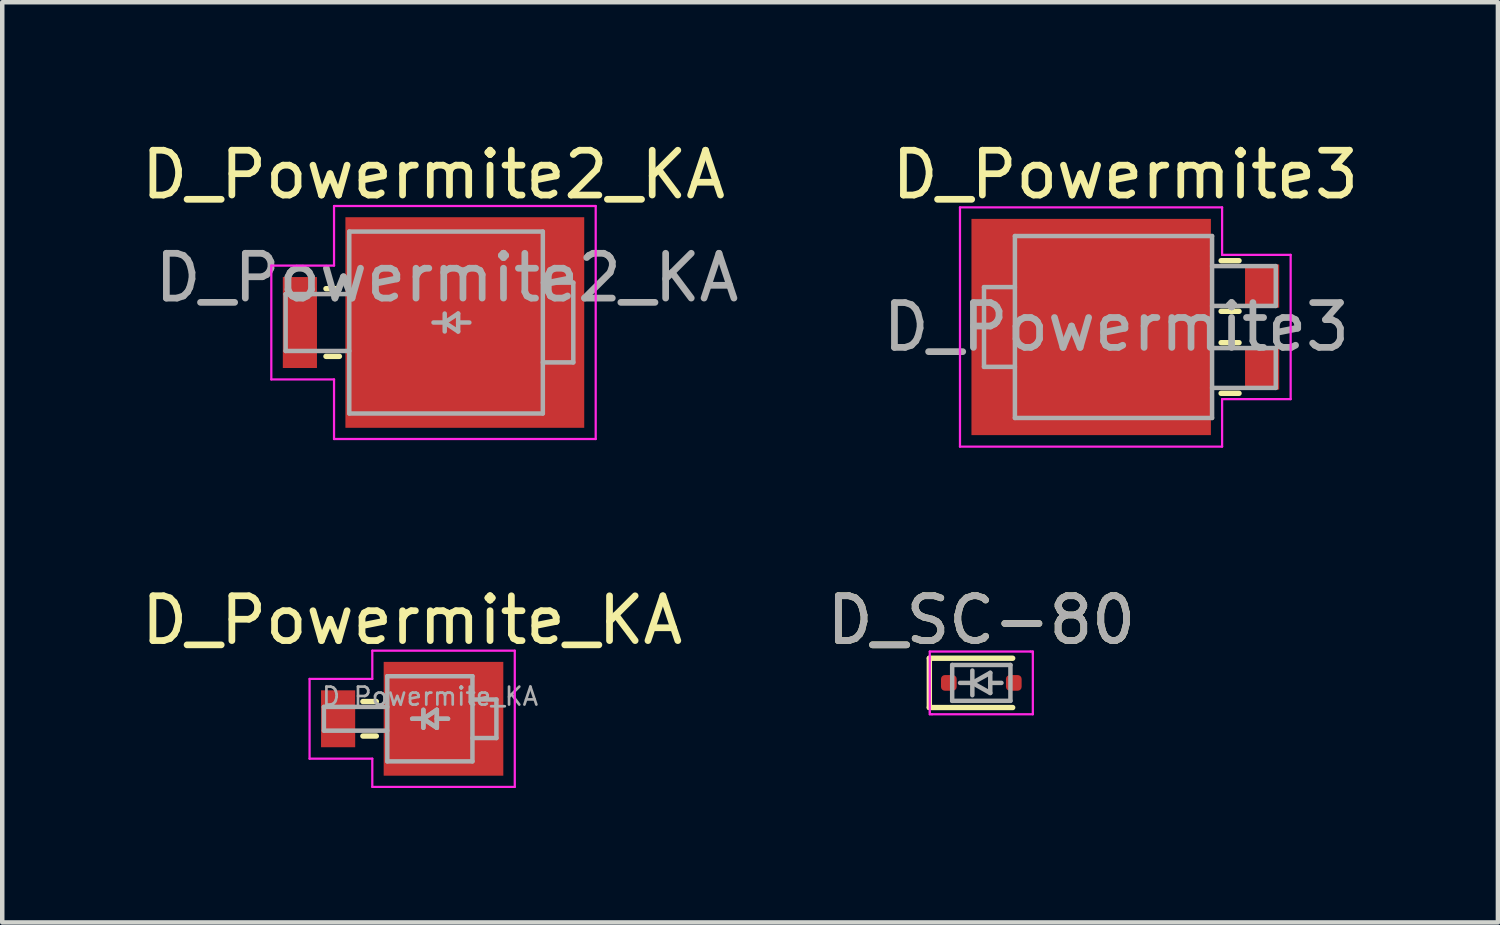
<source format=kicad_pcb>
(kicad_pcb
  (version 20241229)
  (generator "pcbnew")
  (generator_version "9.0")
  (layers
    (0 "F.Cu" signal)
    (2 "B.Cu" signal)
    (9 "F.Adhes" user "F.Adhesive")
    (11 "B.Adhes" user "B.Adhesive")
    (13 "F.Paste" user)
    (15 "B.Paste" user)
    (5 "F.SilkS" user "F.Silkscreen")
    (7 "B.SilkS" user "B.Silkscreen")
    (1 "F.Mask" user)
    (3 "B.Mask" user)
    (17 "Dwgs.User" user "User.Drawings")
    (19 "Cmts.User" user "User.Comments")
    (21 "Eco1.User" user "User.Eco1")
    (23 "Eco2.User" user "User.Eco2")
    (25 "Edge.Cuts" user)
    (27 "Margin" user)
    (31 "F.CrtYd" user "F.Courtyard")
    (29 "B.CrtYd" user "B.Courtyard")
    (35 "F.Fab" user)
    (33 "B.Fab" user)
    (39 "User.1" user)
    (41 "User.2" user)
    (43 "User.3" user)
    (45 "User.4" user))
  (footprint "D_Powermite3"
    (layer "F.Cu")
    (at 22.065 4.248)
    (property "Reference" "D_Powermite3" (at 0 -3.4 0) (layer "F.SilkS") (effects (font (size 1 1) (thickness 0.15))))
    (attr smd)
    (fp_line (start 2.538 -1.48) (end 2.138 -1.48) (stroke (width 0.12) (type solid)) (layer "F.SilkS"))
    (fp_line (start 2.538 -0.35) (end 2.138 -0.35) (stroke (width 0.12) (type solid)) (layer "F.SilkS"))
    (fp_line (start 2.538 0.35) (end 2.138 0.35) (stroke (width 0.12) (type solid)) (layer "F.SilkS"))
    (fp_line (start 2.538 1.48) (end 2.138 1.48) (stroke (width 0.12) (type solid)) (layer "F.SilkS"))
    (fp_line (start -3.69 -2.67) (end -3.69 2.67) (stroke (width 0.05) (type solid)) (layer "F.CrtYd"))
    (fp_line (start -3.69 2.67) (end 2.16 2.67) (stroke (width 0.05) (type solid)) (layer "F.CrtYd"))
    (fp_line (start 2.16 -2.67) (end -3.69 -2.67) (stroke (width 0.05) (type solid)) (layer "F.CrtYd"))
    (fp_line (start 2.16 -1.61) (end 2.16 -2.67) (stroke (width 0.05) (type solid)) (layer "F.CrtYd"))
    (fp_line (start 2.16 1.61) (end 3.69 1.61) (stroke (width 0.05) (type solid)) (layer "F.CrtYd"))
    (fp_line (start 2.16 2.67) (end 2.16 1.61) (stroke (width 0.05) (type solid)) (layer "F.CrtYd"))
    (fp_line (start 3.69 -1.61) (end 2.16 -1.61) (stroke (width 0.05) (type solid)) (layer "F.CrtYd"))
    (fp_line (start 3.69 1.61) (end 3.69 -1.61) (stroke (width 0.05) (type solid)) (layer "F.CrtYd"))
    (fp_line (start -3.154 -0.89) (end -2.464 -0.89) (stroke (width 0.1) (type solid)) (layer "F.Fab"))
    (fp_line (start -3.154 0.89) (end -3.154 -0.89) (stroke (width 0.1) (type solid)) (layer "F.Fab"))
    (fp_line (start -2.464 -2.03) (end -2.464 2.03) (stroke (width 0.1) (type solid)) (layer "F.Fab"))
    (fp_line (start -2.464 0.89) (end -3.154 0.89) (stroke (width 0.1) (type solid)) (layer "F.Fab"))
    (fp_line (start -2.464 2.03) (end 1.936 2.03) (stroke (width 0.1) (type solid)) (layer "F.Fab"))
    (fp_line (start 1.936 -2.03) (end -2.464 -2.03) (stroke (width 0.1) (type solid)) (layer "F.Fab"))
    (fp_line (start 1.936 2.03) (end 1.936 -2.03) (stroke (width 0.1) (type solid)) (layer "F.Fab"))
    (fp_line (start 3.358 -1.359) (end 1.936 -1.359) (stroke (width 0.1) (type solid)) (layer "F.Fab"))
    (fp_line (start 3.358 -0.47) (end 1.936 -0.47) (stroke (width 0.1) (type solid)) (layer "F.Fab"))
    (fp_line (start 3.358 -0.47) (end 3.358 -1.359) (stroke (width 0.1) (type solid)) (layer "F.Fab"))
    (fp_line (start 3.358 0.47) (end 1.936 0.47) (stroke (width 0.1) (type solid)) (layer "F.Fab"))
    (fp_line (start 3.358 1.359) (end 1.936 1.359) (stroke (width 0.1) (type solid)) (layer "F.Fab"))
    (fp_line (start 3.358 1.359) (end 3.358 0.47) (stroke (width 0.1) (type solid)) (layer "F.Fab"))
    (fp_text user "${REFERENCE}" (at -0.2 0 0) (layer "F.Fab") (effects (font (size 1 1) (thickness 0.15))))
    (pad "1" smd rect (at -0.762 0 180) (size 5.344 4.826) (layers "F.Cu" "F.Mask" "F.Paste"))
    (pad "2" smd rect (at 3.053 -0.914 180) (size 0.762 0.965) (layers "F.Cu" "F.Mask" "F.Paste"))
    (pad "3" smd rect (at 3.053 0.914 180) (size 0.762 0.965) (layers "F.Cu" "F.Mask" "F.Paste")))
  (footprint "D_Powermite_KA"
    (layer "F.Cu")
    (at 6.149 12.992)
    (property "Reference" "D_Powermite_KA" (at 0 -2.2 0) (layer "F.SilkS") (effects (font (size 1 1) (thickness 0.15))))
    (attr smd)
    (fp_line (start -1.1 -0.385) (end -0.8 -0.385) (stroke (width 0.12) (type solid)) (layer "F.SilkS"))
    (fp_line (start -1.1 0.385) (end -0.8 0.385) (stroke (width 0.12) (type solid)) (layer "F.SilkS"))
    (fp_line (start -2.29 -0.89) (end -2.29 0.89) (stroke (width 0.05) (type solid)) (layer "F.CrtYd"))
    (fp_line (start -2.29 0.89) (end -0.89 0.89) (stroke (width 0.05) (type solid)) (layer "F.CrtYd"))
    (fp_line (start -0.89 -1.52) (end -0.89 -0.89) (stroke (width 0.05) (type solid)) (layer "F.CrtYd"))
    (fp_line (start -0.89 -0.89) (end -2.29 -0.89) (stroke (width 0.05) (type solid)) (layer "F.CrtYd"))
    (fp_line (start -0.89 0.89) (end -0.89 1.52) (stroke (width 0.05) (type solid)) (layer "F.CrtYd"))
    (fp_line (start -0.89 1.52) (end 2.29 1.52) (stroke (width 0.05) (type solid)) (layer "F.CrtYd"))
    (fp_line (start 2.29 -1.52) (end -0.89 -1.52) (stroke (width 0.05) (type solid)) (layer "F.CrtYd"))
    (fp_line (start 2.29 1.52) (end 2.29 -1.52) (stroke (width 0.05) (type solid)) (layer "F.CrtYd"))
    (fp_line (start -1.97 -0.265) (end -1.97 0.265) (stroke (width 0.1) (type solid)) (layer "F.Fab"))
    (fp_line (start -1.97 -0.265) (end -0.555 -0.265) (stroke (width 0.1) (type solid)) (layer "F.Fab"))
    (fp_line (start -1.97 0.265) (end -0.555 0.265) (stroke (width 0.1) (type solid)) (layer "F.Fab"))
    (fp_line (start -0.555 -0.95) (end -0.555 0.95) (stroke (width 0.1) (type solid)) (layer "F.Fab"))
    (fp_line (start -0.555 0.95) (end 1.345 0.95) (stroke (width 0.1) (type solid)) (layer "F.Fab"))
    (fp_line (start 0.25 0) (end 0 0) (stroke (width 0.1) (type solid)) (layer "F.Fab"))
    (fp_line (start 0.25 0) (end 0 0) (stroke (width 0.1) (type solid)) (layer "F.Fab"))
    (fp_line (start 0.25 0) (end 0.55 0.2) (stroke (width 0.1) (type solid)) (layer "F.Fab"))
    (fp_line (start 0.25 0) (end 0.55 0.2) (stroke (width 0.1) (type solid)) (layer "F.Fab"))
    (fp_line (start 0.25 0.2) (end 0.25 -0.2) (stroke (width 0.1) (type solid)) (layer "F.Fab"))
    (fp_line (start 0.25 0.2) (end 0.25 -0.2) (stroke (width 0.1) (type solid)) (layer "F.Fab"))
    (fp_line (start 0.55 -0.2) (end 0.25 0) (stroke (width 0.1) (type solid)) (layer "F.Fab"))
    (fp_line (start 0.55 -0.2) (end 0.25 0) (stroke (width 0.1) (type solid)) (layer "F.Fab"))
    (fp_line (start 0.55 0) (end 0.8 0) (stroke (width 0.1) (type solid)) (layer "F.Fab"))
    (fp_line (start 0.55 0) (end 0.8 0) (stroke (width 0.1) (type solid)) (layer "F.Fab"))
    (fp_line (start 0.55 0.2) (end 0.55 -0.2) (stroke (width 0.1) (type solid)) (layer "F.Fab"))
    (fp_line (start 0.55 0.2) (end 0.55 -0.2) (stroke (width 0.1) (type solid)) (layer "F.Fab"))
    (fp_line (start 1.345 -0.95) (end -0.555 -0.95) (stroke (width 0.1) (type solid)) (layer "F.Fab"))
    (fp_line (start 1.345 -0.43) (end 1.88 -0.43) (stroke (width 0.1) (type solid)) (layer "F.Fab"))
    (fp_line (start 1.345 0.95) (end 1.345 -0.95) (stroke (width 0.1) (type solid)) (layer "F.Fab"))
    (fp_line (start 1.88 -0.43) (end 1.88 0.43) (stroke (width 0.1) (type solid)) (layer "F.Fab"))
    (fp_line (start 1.88 0.43) (end 1.345 0.43) (stroke (width 0.1) (type solid)) (layer "F.Fab"))
    (fp_text user "${REFERENCE}" (at 0.4 -0.5 0) (layer "F.Fab") (effects (font (size 0.4 0.4) (thickness 0.06))))
    (pad "1" smd rect (at -1.653 0) (size 0.762 1.27) (layers "F.Cu" "F.Mask" "F.Paste"))
    (pad "2" smd rect (at 0.699 0) (size 2.67 2.54) (layers "F.Cu" "F.Mask" "F.Paste")))
  (footprint "D_Powermite2_KA"
    (layer "F.Cu")
    (at 6.625 4.148)
    (property "Reference" "D_Powermite2_KA" (at 0 -3.3 0) (layer "F.SilkS") (effects (font (size 1 1) (thickness 0.15))))
    (attr smd)
    (fp_line (start -2.4 -0.755) (end -2.1 -0.755) (stroke (width 0.12) (type solid)) (layer "F.SilkS"))
    (fp_line (start -2.4 0.755) (end -2.1 0.755) (stroke (width 0.12) (type solid)) (layer "F.SilkS"))
    (fp_line (start -3.62 -1.27) (end -3.62 1.27) (stroke (width 0.05) (type solid)) (layer "F.CrtYd"))
    (fp_line (start -3.62 1.27) (end -2.22 1.27) (stroke (width 0.05) (type solid)) (layer "F.CrtYd"))
    (fp_line (start -2.22 -2.6) (end -2.22 -1.27) (stroke (width 0.05) (type solid)) (layer "F.CrtYd"))
    (fp_line (start -2.22 -1.27) (end -3.62 -1.27) (stroke (width 0.05) (type solid)) (layer "F.CrtYd"))
    (fp_line (start -2.22 1.27) (end -2.22 2.6) (stroke (width 0.05) (type solid)) (layer "F.CrtYd"))
    (fp_line (start -2.22 2.6) (end 3.62 2.6) (stroke (width 0.05) (type solid)) (layer "F.CrtYd"))
    (fp_line (start 3.62 -2.6) (end -2.22 -2.6) (stroke (width 0.05) (type solid)) (layer "F.CrtYd"))
    (fp_line (start 3.62 2.6) (end 3.62 -2.6) (stroke (width 0.05) (type solid)) (layer "F.CrtYd"))
    (fp_line (start -3.3 -0.635) (end -3.3 0.635) (stroke (width 0.1) (type solid)) (layer "F.Fab"))
    (fp_line (start -3.3 -0.635) (end -1.88 -0.635) (stroke (width 0.1) (type solid)) (layer "F.Fab"))
    (fp_line (start -3.3 0.635) (end -1.88 0.635) (stroke (width 0.1) (type solid)) (layer "F.Fab"))
    (fp_line (start -1.88 -2.03) (end -1.88 2.03) (stroke (width 0.1) (type solid)) (layer "F.Fab"))
    (fp_line (start -1.88 2.03) (end 2.44 2.03) (stroke (width 0.1) (type solid)) (layer "F.Fab"))
    (fp_line (start 0.25 0) (end 0 0) (stroke (width 0.1) (type solid)) (layer "F.Fab"))
    (fp_line (start 0.25 0) (end 0.55 0.2) (stroke (width 0.1) (type solid)) (layer "F.Fab"))
    (fp_line (start 0.25 0.2) (end 0.25 -0.2) (stroke (width 0.1) (type solid)) (layer "F.Fab"))
    (fp_line (start 0.55 -0.2) (end 0.25 0) (stroke (width 0.1) (type solid)) (layer "F.Fab"))
    (fp_line (start 0.55 0) (end 0.8 0) (stroke (width 0.1) (type solid)) (layer "F.Fab"))
    (fp_line (start 0.55 0.2) (end 0.55 -0.2) (stroke (width 0.1) (type solid)) (layer "F.Fab"))
    (fp_line (start 2.44 -2.03) (end -1.88 -2.03) (stroke (width 0.1) (type solid)) (layer "F.Fab"))
    (fp_line (start 2.44 -0.89) (end 3.12 -0.89) (stroke (width 0.1) (type solid)) (layer "F.Fab"))
    (fp_line (start 2.44 2.03) (end 2.44 -2.03) (stroke (width 0.1) (type solid)) (layer "F.Fab"))
    (fp_line (start 3.12 -0.89) (end 3.12 0.89) (stroke (width 0.1) (type solid)) (layer "F.Fab"))
    (fp_line (start 3.12 0.89) (end 2.44 0.89) (stroke (width 0.1) (type solid)) (layer "F.Fab"))
    (fp_text user "${REFERENCE}" (at 0.3 -1 0) (layer "F.Fab") (effects (font (size 1 1) (thickness 0.15))))
    (pad "1" smd rect (at -2.982 0) (size 0.762 2.03) (layers "F.Cu" "F.Mask" "F.Paste"))
    (pad "2" smd rect (at 0.699 0) (size 5.33 4.7) (layers "F.Cu" "F.Mask" "F.Paste")))
  (footprint "D_SC-80"
    (layer "F.Cu")
    (at 18.851 12.191)
    (property "Reference" "D_SC-80" (at 0 -1.4 0) (layer "F.SilkS") (effects (font (size 1 1) (thickness 0.15))))
    (attr smd)
    (fp_line (start -1.16 -0.55) (end -1.16 0.55) (stroke (width 0.12) (type solid)) (layer "F.SilkS"))
    (fp_line (start -1.16 0.55) (end 0.7 0.55) (stroke (width 0.12) (type solid)) (layer "F.SilkS"))
    (fp_line (start 0.7 -0.55) (end -1.16 -0.55) (stroke (width 0.12) (type solid)) (layer "F.SilkS"))
    (fp_line (start -1.15 -0.7) (end 1.1 -0.7) (stroke (width 0.05) (type solid)) (layer "F.CrtYd"))
    (fp_line (start -1.15 0.65) (end -1.15 -0.7) (stroke (width 0.05) (type solid)) (layer "F.CrtYd"))
    (fp_line (start -1.15 0.65) (end -1.15 0.7) (stroke (width 0.05) (type solid)) (layer "F.CrtYd"))
    (fp_line (start -1.15 0.7) (end -1.1 0.7) (stroke (width 0.05) (type solid)) (layer "F.CrtYd"))
    (fp_line (start 1.1 -0.7) (end 1.15 -0.7) (stroke (width 0.05) (type solid)) (layer "F.CrtYd"))
    (fp_line (start 1.15 -0.7) (end 1.15 -0.65) (stroke (width 0.05) (type solid)) (layer "F.CrtYd"))
    (fp_line (start 1.15 -0.65) (end 1.15 0.7) (stroke (width 0.05) (type solid)) (layer "F.CrtYd"))
    (fp_line (start 1.15 0.7) (end -1.1 0.7) (stroke (width 0.05) (type solid)) (layer "F.CrtYd"))
    (fp_line (start -0.65 -0.4) (end 0.65 -0.4) (stroke (width 0.1) (type solid)) (layer "F.Fab"))
    (fp_line (start -0.65 0.4) (end -0.65 -0.4) (stroke (width 0.1) (type solid)) (layer "F.Fab"))
    (fp_line (start -0.2 -0.275) (end -0.2 0.275) (stroke (width 0.1) (type solid)) (layer "F.Fab"))
    (fp_line (start -0.2 0) (end -0.475 0) (stroke (width 0.1) (type solid)) (layer "F.Fab"))
    (fp_line (start -0.2 0) (end 0.2 -0.225) (stroke (width 0.1) (type solid)) (layer "F.Fab"))
    (fp_line (start 0.2 -0.225) (end 0.2 0.225) (stroke (width 0.1) (type solid)) (layer "F.Fab"))
    (fp_line (start 0.2 0) (end 0.45 0) (stroke (width 0.1) (type solid)) (layer "F.Fab"))
    (fp_line (start 0.2 0.225) (end -0.2 0) (stroke (width 0.1) (type solid)) (layer "F.Fab"))
    (fp_line (start 0.65 -0.4) (end 0.65 0.4) (stroke (width 0.1) (type solid)) (layer "F.Fab"))
    (fp_line (start 0.65 0.4) (end -0.65 0.4) (stroke (width 0.1) (type solid)) (layer "F.Fab"))
    (fp_text user "${REFERENCE}" (at 0 -1.4 0) (layer "F.Fab") (effects (font (size 1 1) (thickness 0.15))))
    (pad "1" smd roundrect (at -0.725 0) (size 0.35 0.35) (layers "F.Cu" "F.Mask" "F.Paste") (roundrect_rratio 0.25))
    (pad "2" smd roundrect (at 0.725 0) (size 0.35 0.35) (layers "F.Cu" "F.Mask" "F.Paste") (roundrect_rratio 0.25)))
  (gr_rect
    (start -3 -3)
    (end 30.381 17.537)
    (stroke (width 0.1) (type default))
    (fill no)
    (layer "Edge.Cuts")))
</source>
